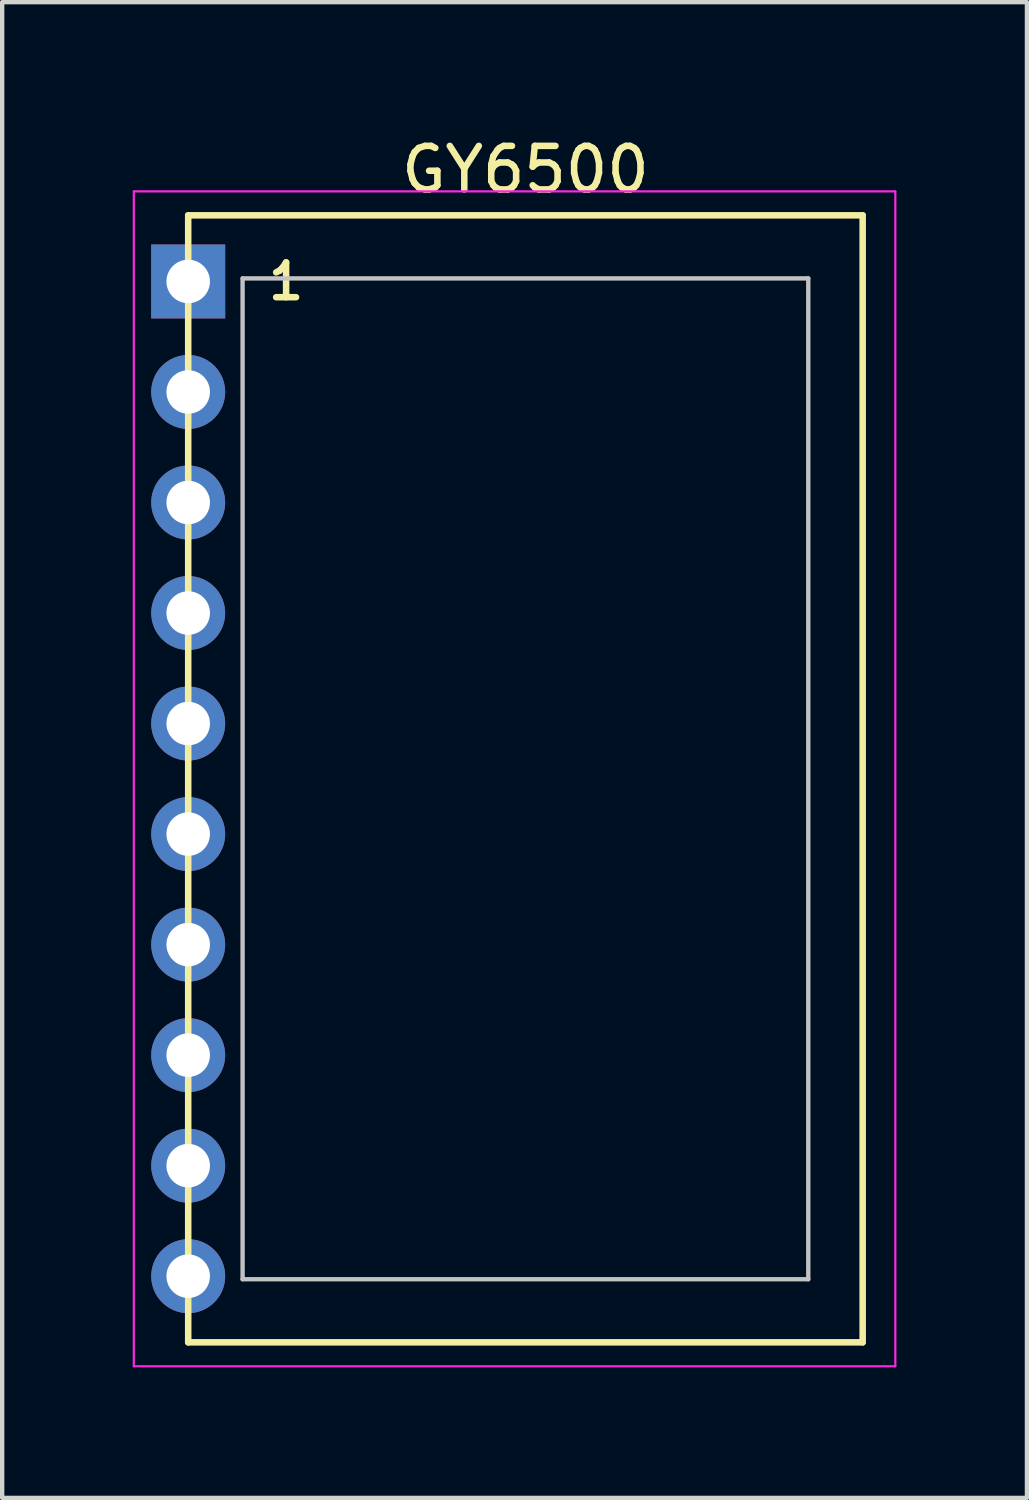
<source format=kicad_pcb>
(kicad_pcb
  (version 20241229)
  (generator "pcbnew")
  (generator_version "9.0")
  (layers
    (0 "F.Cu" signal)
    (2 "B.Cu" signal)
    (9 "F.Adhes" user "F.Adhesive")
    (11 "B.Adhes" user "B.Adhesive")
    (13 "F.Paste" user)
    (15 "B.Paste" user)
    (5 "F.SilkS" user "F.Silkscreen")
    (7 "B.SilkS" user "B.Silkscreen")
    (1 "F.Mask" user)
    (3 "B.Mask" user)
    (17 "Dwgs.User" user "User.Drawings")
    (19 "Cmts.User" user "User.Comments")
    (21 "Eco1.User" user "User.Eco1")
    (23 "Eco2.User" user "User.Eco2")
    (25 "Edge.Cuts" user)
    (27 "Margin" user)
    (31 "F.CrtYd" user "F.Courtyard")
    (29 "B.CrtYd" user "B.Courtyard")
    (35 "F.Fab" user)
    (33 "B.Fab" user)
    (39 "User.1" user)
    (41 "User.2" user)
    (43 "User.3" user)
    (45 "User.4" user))
  (footprint "GY6500"
    (layer "F.Cu")
    (at 9.025 14.848)
    (property "Reference" "GY6500" (at 0 -14 0) (layer "F.SilkS") (effects (font (size 1 1) (thickness 0.15))))
    (attr through_hole)
    (fp_line (start -7.75 -12.95) (end 7.75 -12.95) (stroke (width 0.15) (type solid)) (layer "F.SilkS"))
    (fp_line (start -7.75 12.95) (end -7.75 -12.95) (stroke (width 0.15) (type solid)) (layer "F.SilkS"))
    (fp_line (start 7.75 -12.95) (end 7.75 12.95) (stroke (width 0.15) (type solid)) (layer "F.SilkS"))
    (fp_line (start 7.75 12.95) (end -7.75 12.95) (stroke (width 0.15) (type solid)) (layer "F.SilkS"))
    (fp_line (start -6.5 -11.5) (end 6.5 -11.5) (stroke (width 0.1) (type solid)) (layer "Dwgs.User"))
    (fp_line (start -6.5 11.5) (end -6.5 -11.5) (stroke (width 0.1) (type solid)) (layer "Dwgs.User"))
    (fp_line (start 6.5 -11.5) (end 6.5 11.5) (stroke (width 0.1) (type solid)) (layer "Dwgs.User"))
    (fp_line (start 6.5 11.5) (end -6.5 11.5) (stroke (width 0.1) (type solid)) (layer "Dwgs.User"))
    (fp_line (start -9 -13.5) (end 8.5 -13.5) (stroke (width 0.05) (type solid)) (layer "F.CrtYd"))
    (fp_line (start -9 13.5) (end -9 -13.5) (stroke (width 0.05) (type solid)) (layer "F.CrtYd"))
    (fp_line (start 8.5 -13.5) (end 8.5 13.5) (stroke (width 0.05) (type solid)) (layer "F.CrtYd"))
    (fp_line (start 8.5 13.5) (end -9 13.5) (stroke (width 0.05) (type solid)) (layer "F.CrtYd"))
    (fp_text user "1" (at -5.5 -11.43 0) (layer "F.SilkS") (effects (font (size 0.8 0.8) (thickness 0.15))))
    (pad "1" thru_hole rect (at -7.75 -11.43) (size 1.7 1.7) (drill 1) (layers "*.Cu" "*.Mask"))
    (pad "2" thru_hole circle (at -7.75 -8.89) (size 1.7 1.7) (drill 1) (layers "*.Cu" "*.Mask"))
    (pad "3" thru_hole circle (at -7.75 -6.35) (size 1.7 1.7) (drill 1) (layers "*.Cu" "*.Mask"))
    (pad "4" thru_hole circle (at -7.75 -3.81) (size 1.7 1.7) (drill 1) (layers "*.Cu" "*.Mask"))
    (pad "5" thru_hole circle (at -7.75 -1.27) (size 1.7 1.7) (drill 1) (layers "*.Cu" "*.Mask"))
    (pad "6" thru_hole circle (at -7.75 1.27) (size 1.7 1.7) (drill 1) (layers "*.Cu" "*.Mask"))
    (pad "7" thru_hole circle (at -7.75 3.81) (size 1.7 1.7) (drill 1) (layers "*.Cu" "*.Mask"))
    (pad "8" thru_hole circle (at -7.75 6.35) (size 1.7 1.7) (drill 1) (layers "*.Cu" "*.Mask"))
    (pad "9" thru_hole circle (at -7.75 8.89) (size 1.7 1.7) (drill 1) (layers "*.Cu" "*.Mask"))
    (pad "10" thru_hole circle (at -7.75 11.43) (size 1.7 1.7) (drill 1) (layers "*.Cu" "*.Mask")))
  (gr_rect
    (start -3 -3)
    (end 20.55 31.373)
    (stroke (width 0.1) (type default))
    (fill no)
    (layer "Edge.Cuts")))
</source>
